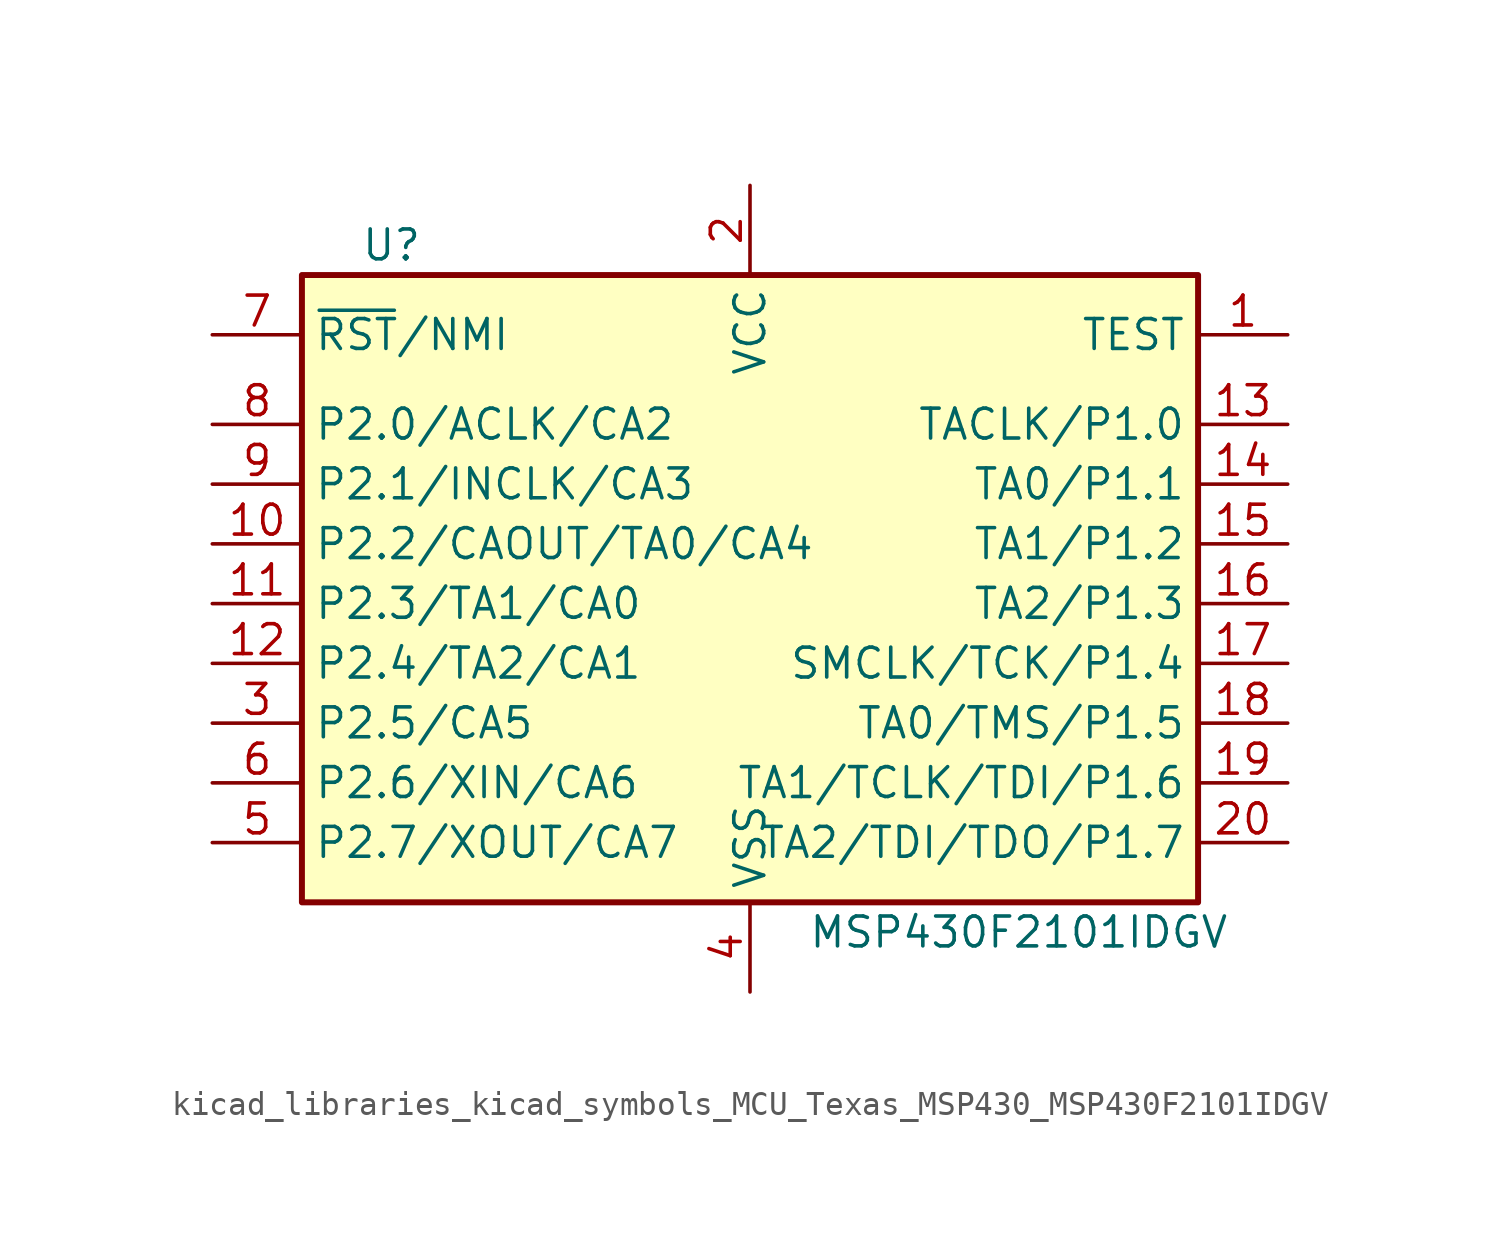
<source format=kicad_sym>
(kicad_symbol_lib
  (version 20220914)
  (generator kicad_symbol_editor)
  (symbol "kicad_libraries_kicad_symbols_MCU_Texas_MSP430_MSP430F2101IDGV"
    (property "Reference" "U"
      (at -15.24 15.24 0)
      (effects (font (size 1.27 1.27))))
    (property "Value" "MSP430F2101IDGV"
      (at 11.43 -13.97 0)
      (effects (font (size 1.27 1.27))))
    (symbol "kicad_libraries_kicad_symbols_MCU_Texas_MSP430_MSP430F2101IDGV_0_1"
      (rectangle (start -19.05 13.97) (end 19.05 -12.7) (stroke (width 0.254) (type default)) (fill (type background))))
    (symbol "kicad_libraries_kicad_symbols_MCU_Texas_MSP430_MSP430F2101IDGV_1_1"
      (pin input line (at 22.86 11.43 180) (length 3.81) (name "TEST" (effects (font (size 1.27 1.27)))) (number "1" (effects (font (size 1.27 1.27)))))
      (pin bidirectional line (at -22.86 2.54 0) (length 3.81) (name "P2.2/CAOUT/TA0/CA4" (effects (font (size 1.27 1.27)))) (number "10" (effects (font (size 1.27 1.27)))))
      (pin bidirectional line (at -22.86 0 0) (length 3.81) (name "P2.3/TA1/CA0" (effects (font (size 1.27 1.27)))) (number "11" (effects (font (size 1.27 1.27)))))
      (pin bidirectional line (at -22.86 -2.54 0) (length 3.81) (name "P2.4/TA2/CA1" (effects (font (size 1.27 1.27)))) (number "12" (effects (font (size 1.27 1.27)))))
      (pin bidirectional line (at 22.86 7.62 180) (length 3.81) (name "TACLK/P1.0" (effects (font (size 1.27 1.27)))) (number "13" (effects (font (size 1.27 1.27)))))
      (pin bidirectional line (at 22.86 5.08 180) (length 3.81) (name "TA0/P1.1" (effects (font (size 1.27 1.27)))) (number "14" (effects (font (size 1.27 1.27)))))
      (pin bidirectional line (at 22.86 2.54 180) (length 3.81) (name "TA1/P1.2" (effects (font (size 1.27 1.27)))) (number "15" (effects (font (size 1.27 1.27)))))
      (pin bidirectional line (at 22.86 0 180) (length 3.81) (name "TA2/P1.3" (effects (font (size 1.27 1.27)))) (number "16" (effects (font (size 1.27 1.27)))))
      (pin bidirectional line (at 22.86 -2.54 180) (length 3.81) (name "SMCLK/TCK/P1.4" (effects (font (size 1.27 1.27)))) (number "17" (effects (font (size 1.27 1.27)))))
      (pin bidirectional line (at 22.86 -5.08 180) (length 3.81) (name "TA0/TMS/P1.5" (effects (font (size 1.27 1.27)))) (number "18" (effects (font (size 1.27 1.27)))))
      (pin bidirectional line (at 22.86 -7.62 180) (length 3.81) (name "TA1/TCLK/TDI/P1.6" (effects (font (size 1.27 1.27)))) (number "19" (effects (font (size 1.27 1.27)))))
      (pin power_in line (at 0 17.78 270) (length 3.81) (name "VCC" (effects (font (size 1.27 1.27)))) (number "2" (effects (font (size 1.27 1.27)))))
      (pin bidirectional line (at 22.86 -10.16 180) (length 3.81) (name "TA2/TDI/TDO/P1.7" (effects (font (size 1.27 1.27)))) (number "20" (effects (font (size 1.27 1.27)))))
      (pin bidirectional line (at -22.86 -5.08 0) (length 3.81) (name "P2.5/CA5" (effects (font (size 1.27 1.27)))) (number "3" (effects (font (size 1.27 1.27)))))
      (pin power_in line (at 0 -16.51 90) (length 3.81) (name "VSS" (effects (font (size 1.27 1.27)))) (number "4" (effects (font (size 1.27 1.27)))))
      (pin bidirectional line (at -22.86 -10.16 0) (length 3.81) (name "P2.7/XOUT/CA7" (effects (font (size 1.27 1.27)))) (number "5" (effects (font (size 1.27 1.27)))))
      (pin bidirectional line (at -22.86 -7.62 0) (length 3.81) (name "P2.6/XIN/CA6" (effects (font (size 1.27 1.27)))) (number "6" (effects (font (size 1.27 1.27)))))
      (pin input line (at -22.86 11.43 0) (length 3.81) (name "~{RST}/NMI" (effects (font (size 1.27 1.27)))) (number "7" (effects (font (size 1.27 1.27)))))
      (pin bidirectional line (at -22.86 7.62 0) (length 3.81) (name "P2.0/ACLK/CA2" (effects (font (size 1.27 1.27)))) (number "8" (effects (font (size 1.27 1.27)))))
      (pin bidirectional line (at -22.86 5.08 0) (length 3.81) (name "P2.1/INCLK/CA3" (effects (font (size 1.27 1.27)))) (number "9" (effects (font (size 1.27 1.27))))))))
</source>
